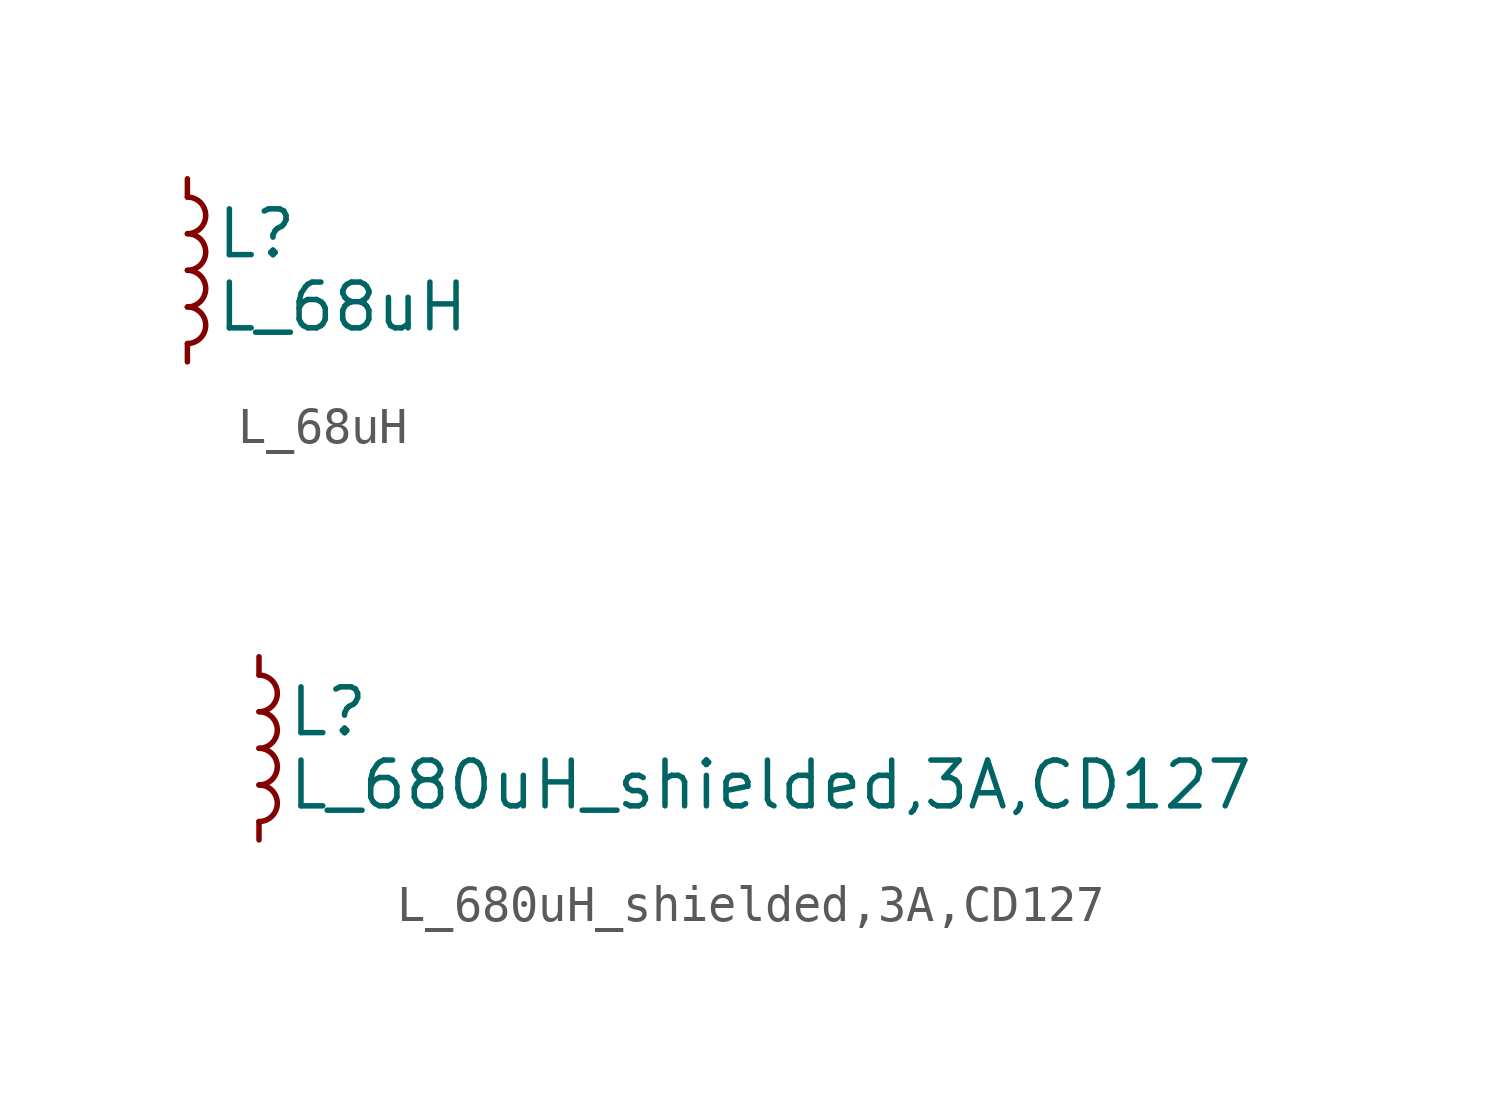
<source format=kicad_sym>
(kicad_symbol_lib
  (version 20211014)
  (generator kicad_symbol_editor)
  (symbol "L_68uH"
    (pin_numbers hide)
    (pin_names
      (offset 0.254) hide)
    (property "Reference" "L"
      (at 0.762 1.016 0)
      (effects (font (size 1.27 1.27)) (justify left)))
    (property "Value" "L_68uH"
      (at 0.762 -1.016 0)
      (effects (font (size 1.27 1.27)) (justify left)))
    (symbol "L_68uH_0_1"
      (arc (start 0 -2.032) (mid 0.508 -1.524) (end 0 -1.016) (stroke (width 0) (type default) (color 0 0 0 0)) (fill (type none)))
      (arc (start 0 -1.016) (mid 0.508 -0.508) (end 0 0) (stroke (width 0) (type default) (color 0 0 0 0)) (fill (type none)))
      (arc (start 0 0) (mid 0.508 0.508) (end 0 1.016) (stroke (width 0) (type default) (color 0 0 0 0)) (fill (type none)))
      (arc (start 0 1.016) (mid 0.508 1.524) (end 0 2.032) (stroke (width 0) (type default) (color 0 0 0 0)) (fill (type none))))
    (symbol "L_68uH_1_1"
      (pin passive line (at 0 2.54 270) (length 0.508) (name "~" (effects (font (size 1.27 1.27)))) (number "1" (effects (font (size 1.27 1.27)))))
      (pin passive line (at 0 -2.54 90) (length 0.508) (name "~" (effects (font (size 1.27 1.27)))) (number "2" (effects (font (size 1.27 1.27)))))))
  (symbol "L_680uH_shielded,3A,CD127"
    (pin_numbers hide)
    (pin_names
      (offset 0.254) hide)
    (property "Reference" "L"
      (at 0.762 1.016 0)
      (effects (font (size 1.27 1.27)) (justify left)))
    (property "Value" "L_680uH_shielded,3A,CD127"
      (at 0.762 -1.016 0)
      (effects (font (size 1.27 1.27)) (justify left)))
    (symbol "L_680uH_shielded,3A,CD127_0_1"
      (arc (start 0 -2.032) (mid 0.508 -1.524) (end 0 -1.016) (stroke (width 0) (type default) (color 0 0 0 0)) (fill (type none)))
      (arc (start 0 -1.016) (mid 0.508 -0.508) (end 0 0) (stroke (width 0) (type default) (color 0 0 0 0)) (fill (type none)))
      (arc (start 0 0) (mid 0.508 0.508) (end 0 1.016) (stroke (width 0) (type default) (color 0 0 0 0)) (fill (type none)))
      (arc (start 0 1.016) (mid 0.508 1.524) (end 0 2.032) (stroke (width 0) (type default) (color 0 0 0 0)) (fill (type none))))
    (symbol "L_680uH_shielded,3A,CD127_1_1"
      (pin passive line (at 0 2.54 270) (length 0.508) (name "~" (effects (font (size 1.27 1.27)))) (number "1" (effects (font (size 1.27 1.27)))))
      (pin passive line (at 0 -2.54 90) (length 0.508) (name "~" (effects (font (size 1.27 1.27)))) (number "2" (effects (font (size 1.27 1.27))))))))
</source>
